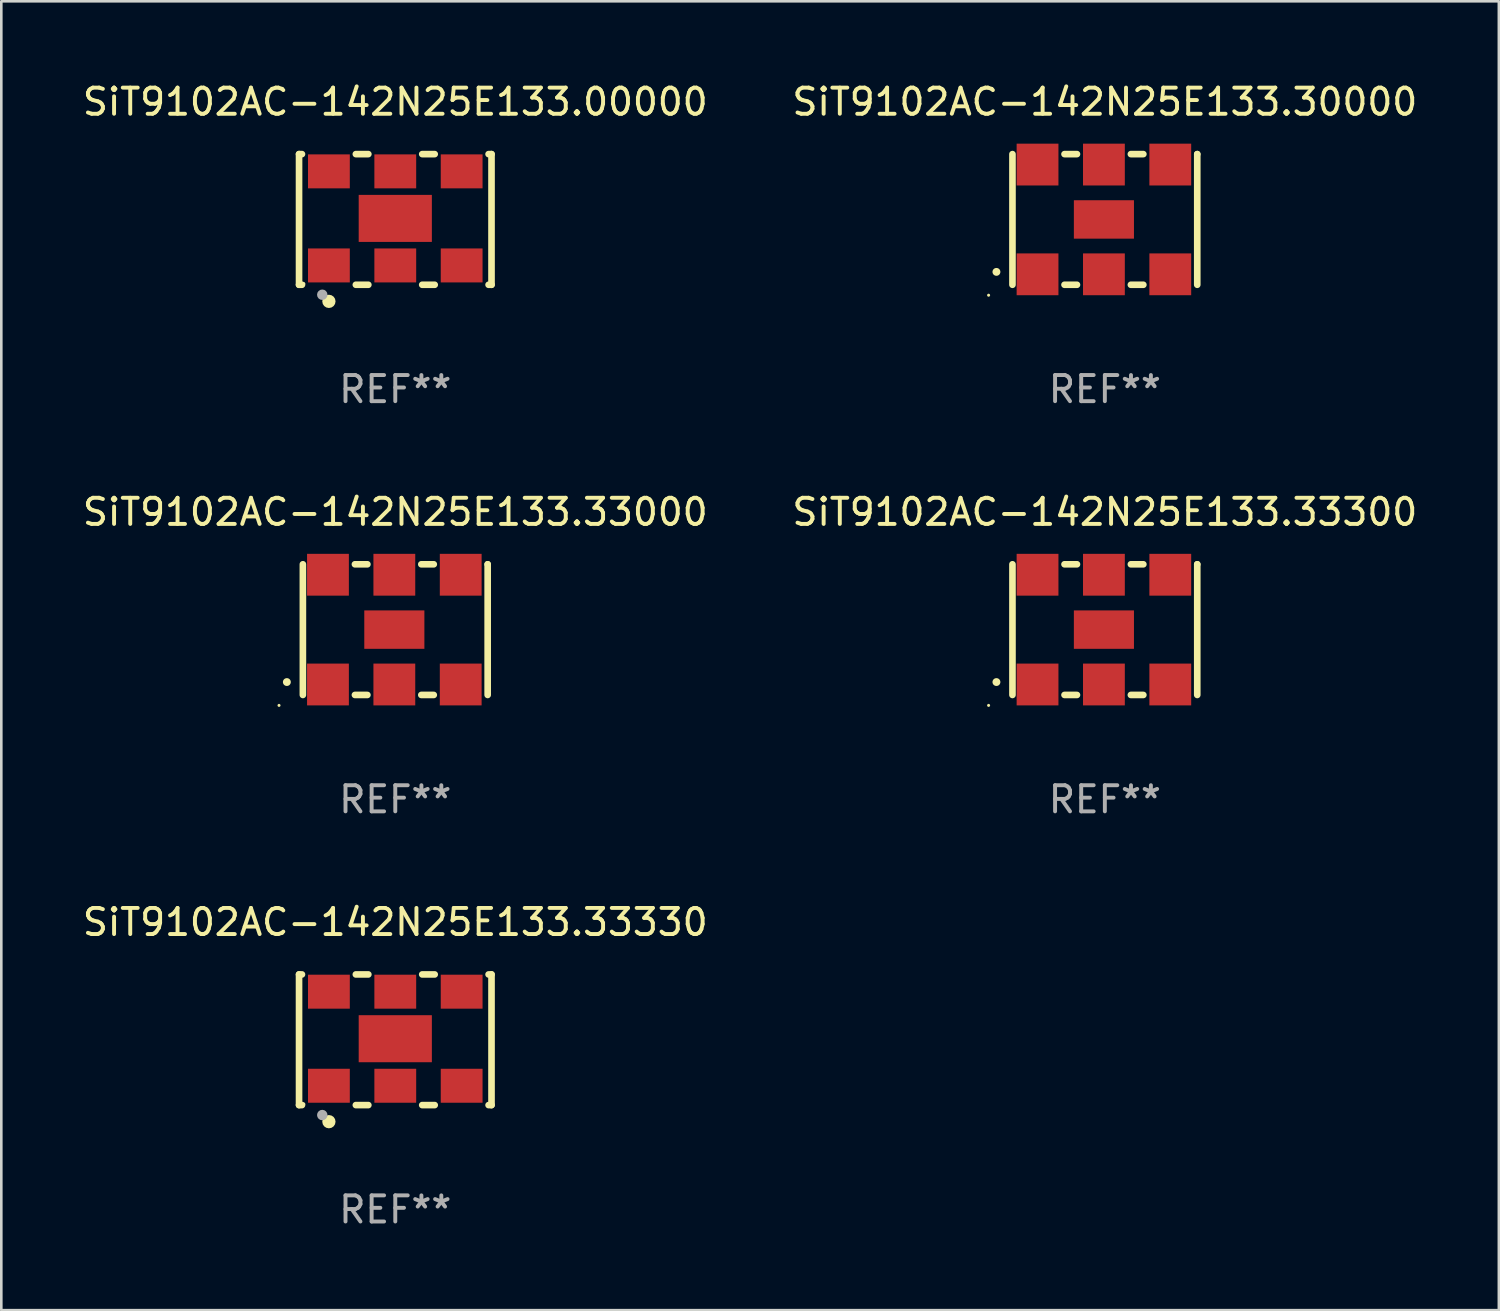
<source format=kicad_pcb>
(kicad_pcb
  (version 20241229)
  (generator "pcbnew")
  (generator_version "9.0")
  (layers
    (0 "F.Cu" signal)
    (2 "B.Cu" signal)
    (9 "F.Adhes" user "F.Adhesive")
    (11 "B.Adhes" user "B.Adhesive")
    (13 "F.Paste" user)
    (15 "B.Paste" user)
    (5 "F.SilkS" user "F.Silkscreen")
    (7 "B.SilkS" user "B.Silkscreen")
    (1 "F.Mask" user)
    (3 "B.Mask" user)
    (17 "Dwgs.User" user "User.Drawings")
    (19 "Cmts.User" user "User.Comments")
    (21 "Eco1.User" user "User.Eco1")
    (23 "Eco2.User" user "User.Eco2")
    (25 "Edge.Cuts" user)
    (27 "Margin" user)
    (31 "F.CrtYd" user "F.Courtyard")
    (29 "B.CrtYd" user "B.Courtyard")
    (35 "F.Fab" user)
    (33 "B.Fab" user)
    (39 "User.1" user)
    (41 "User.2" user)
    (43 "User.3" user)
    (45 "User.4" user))
  (footprint "SiT9102AC-142N25E133.33000"
    (layer "F.Cu")
    (at 12.077 21.045)
    (property "Reference" "SiT9102AC-142N25E133.33000" (at 0 -4.5 0) (layer "F.SilkS") (effects (font (size 1 1) (thickness 0.15))))
    (attr through_hole)
    (fp_line (start -3.536 -2.5) (end -3.536 2.5) (stroke (width 0.254) (type solid)) (layer "F.SilkS"))
    (fp_line (start -1.544 2.5) (end -1.067 2.5) (stroke (width 0.254) (type solid)) (layer "F.SilkS"))
    (fp_line (start -1.067 -2.5) (end -1.544 -2.5) (stroke (width 0.254) (type solid)) (layer "F.SilkS"))
    (fp_line (start 0.996 2.5) (end 1.473 2.5) (stroke (width 0.254) (type solid)) (layer "F.SilkS"))
    (fp_line (start 1.473 -2.5) (end 0.996 -2.5) (stroke (width 0.254) (type solid)) (layer "F.SilkS"))
    (fp_line (start 3.536 -2.5) (end 3.536 -2.5) (stroke (width 0.254) (type solid)) (layer "F.SilkS"))
    (fp_line (start 3.536 2.5) (end 3.536 -2.5) (stroke (width 0.254) (type solid)) (layer "F.SilkS"))
    (fp_arc (start -4.150432 2.006604) (mid -4.149162 2.006599) (end -4.147892 2.006604) (stroke (width 0.3) (type solid)) (layer "F.SilkS"))
    (fp_circle (center -4.449 2.9) (end -4.419 2.9) (stroke (width 0.06) (type solid)) (fill no) (layer "F.SilkS"))
    (fp_text user "REF**" (at 0 6.5 0) (layer "F.Fab") (effects (font (size 1 1) (thickness 0.15))))
    (pad "1" smd rect (at -2.576 2.1) (size 1.6 1.6) (layers "F.Cu" "F.Mask" "F.Paste"))
    (pad "2" smd rect (at -0.036 2.1) (size 1.6 1.6) (layers "F.Cu" "F.Mask" "F.Paste"))
    (pad "3" smd rect (at 2.504 2.1) (size 1.6 1.6) (layers "F.Cu" "F.Mask" "F.Paste"))
    (pad "4" smd rect (at 2.504 -2.1) (size 1.6 1.6) (layers "F.Cu" "F.Mask" "F.Paste"))
    (pad "5" smd rect (at -0.036 -2.1) (size 1.6 1.6) (layers "F.Cu" "F.Mask" "F.Paste"))
    (pad "6" smd rect (at -2.576 -2.1) (size 1.6 1.6) (layers "F.Cu" "F.Mask" "F.Paste"))
    (pad "7" smd rect (at -0.036 0) (size 2.3 1.47) (layers "F.Cu" "F.Mask" "F.Paste")))
  (footprint "SiT9102AC-142N25E133.30000"
    (layer "F.Cu")
    (at 39.232 5.348)
    (property "Reference" "SiT9102AC-142N25E133.30000" (at 0 -4.5 0) (layer "F.SilkS") (effects (font (size 1 1) (thickness 0.15))))
    (attr through_hole)
    (fp_line (start -3.536 -2.5) (end -3.536 2.5) (stroke (width 0.254) (type solid)) (layer "F.SilkS"))
    (fp_line (start -1.544 2.5) (end -1.067 2.5) (stroke (width 0.254) (type solid)) (layer "F.SilkS"))
    (fp_line (start -1.067 -2.5) (end -1.544 -2.5) (stroke (width 0.254) (type solid)) (layer "F.SilkS"))
    (fp_line (start 0.996 2.5) (end 1.473 2.5) (stroke (width 0.254) (type solid)) (layer "F.SilkS"))
    (fp_line (start 1.473 -2.5) (end 0.996 -2.5) (stroke (width 0.254) (type solid)) (layer "F.SilkS"))
    (fp_line (start 3.536 -2.5) (end 3.536 -2.5) (stroke (width 0.254) (type solid)) (layer "F.SilkS"))
    (fp_line (start 3.536 2.5) (end 3.536 -2.5) (stroke (width 0.254) (type solid)) (layer "F.SilkS"))
    (fp_arc (start -4.150432 2.006604) (mid -4.149162 2.006599) (end -4.147892 2.006604) (stroke (width 0.3) (type solid)) (layer "F.SilkS"))
    (fp_circle (center -4.449 2.9) (end -4.419 2.9) (stroke (width 0.06) (type solid)) (fill no) (layer "F.SilkS"))
    (fp_text user "REF**" (at 0 6.5 0) (layer "F.Fab") (effects (font (size 1 1) (thickness 0.15))))
    (pad "1" smd rect (at -2.576 2.1) (size 1.6 1.6) (layers "F.Cu" "F.Mask" "F.Paste"))
    (pad "2" smd rect (at -0.036 2.1) (size 1.6 1.6) (layers "F.Cu" "F.Mask" "F.Paste"))
    (pad "3" smd rect (at 2.504 2.1) (size 1.6 1.6) (layers "F.Cu" "F.Mask" "F.Paste"))
    (pad "4" smd rect (at 2.504 -2.1) (size 1.6 1.6) (layers "F.Cu" "F.Mask" "F.Paste"))
    (pad "5" smd rect (at -0.036 -2.1) (size 1.6 1.6) (layers "F.Cu" "F.Mask" "F.Paste"))
    (pad "6" smd rect (at -2.576 -2.1) (size 1.6 1.6) (layers "F.Cu" "F.Mask" "F.Paste"))
    (pad "7" smd rect (at -0.036 0) (size 2.3 1.47) (layers "F.Cu" "F.Mask" "F.Paste")))
  (footprint "SiT9102AC-142N25E133.33300"
    (layer "F.Cu")
    (at 39.232 21.045)
    (property "Reference" "SiT9102AC-142N25E133.33300" (at 0 -4.5 0) (layer "F.SilkS") (effects (font (size 1 1) (thickness 0.15))))
    (attr through_hole)
    (fp_line (start -3.536 -2.5) (end -3.536 2.5) (stroke (width 0.254) (type solid)) (layer "F.SilkS"))
    (fp_line (start -1.544 2.5) (end -1.067 2.5) (stroke (width 0.254) (type solid)) (layer "F.SilkS"))
    (fp_line (start -1.067 -2.5) (end -1.544 -2.5) (stroke (width 0.254) (type solid)) (layer "F.SilkS"))
    (fp_line (start 0.996 2.5) (end 1.473 2.5) (stroke (width 0.254) (type solid)) (layer "F.SilkS"))
    (fp_line (start 1.473 -2.5) (end 0.996 -2.5) (stroke (width 0.254) (type solid)) (layer "F.SilkS"))
    (fp_line (start 3.536 -2.5) (end 3.536 -2.5) (stroke (width 0.254) (type solid)) (layer "F.SilkS"))
    (fp_line (start 3.536 2.5) (end 3.536 -2.5) (stroke (width 0.254) (type solid)) (layer "F.SilkS"))
    (fp_arc (start -4.150432 2.006604) (mid -4.149162 2.006599) (end -4.147892 2.006604) (stroke (width 0.3) (type solid)) (layer "F.SilkS"))
    (fp_circle (center -4.449 2.9) (end -4.419 2.9) (stroke (width 0.06) (type solid)) (fill no) (layer "F.SilkS"))
    (fp_text user "REF**" (at 0 6.5 0) (layer "F.Fab") (effects (font (size 1 1) (thickness 0.15))))
    (pad "1" smd rect (at -2.576 2.1) (size 1.6 1.6) (layers "F.Cu" "F.Mask" "F.Paste"))
    (pad "2" smd rect (at -0.036 2.1) (size 1.6 1.6) (layers "F.Cu" "F.Mask" "F.Paste"))
    (pad "3" smd rect (at 2.504 2.1) (size 1.6 1.6) (layers "F.Cu" "F.Mask" "F.Paste"))
    (pad "4" smd rect (at 2.504 -2.1) (size 1.6 1.6) (layers "F.Cu" "F.Mask" "F.Paste"))
    (pad "5" smd rect (at -0.036 -2.1) (size 1.6 1.6) (layers "F.Cu" "F.Mask" "F.Paste"))
    (pad "6" smd rect (at -2.576 -2.1) (size 1.6 1.6) (layers "F.Cu" "F.Mask" "F.Paste"))
    (pad "7" smd rect (at -0.036 0) (size 2.3 1.47) (layers "F.Cu" "F.Mask" "F.Paste")))
  (footprint "SiT9102AC-142N25E133.33330"
    (layer "F.Cu")
    (at 12.077 36.741)
    (property "Reference" "SiT9102AC-142N25E133.33330" (at 0 -4.5 0) (layer "F.SilkS") (effects (font (size 1 1) (thickness 0.15))))
    (attr through_hole)
    (fp_line (start -3.683 -2.5) (end -3.571 -2.5) (stroke (width 0.254) (type solid)) (layer "F.SilkS"))
    (fp_line (start -3.683 2.5) (end -3.683 -2.5) (stroke (width 0.254) (type solid)) (layer "F.SilkS"))
    (fp_line (start -3.683 2.5) (end -3.571 2.5) (stroke (width 0.254) (type solid)) (layer "F.SilkS"))
    (fp_line (start -1.509 -2.5) (end -1.031 -2.5) (stroke (width 0.254) (type solid)) (layer "F.SilkS"))
    (fp_line (start -1.509 2.5) (end -1.031 2.5) (stroke (width 0.254) (type solid)) (layer "F.SilkS"))
    (fp_line (start 1.031 -2.5) (end 1.509 -2.5) (stroke (width 0.254) (type solid)) (layer "F.SilkS"))
    (fp_line (start 1.031 2.5) (end 1.509 2.5) (stroke (width 0.254) (type solid)) (layer "F.SilkS"))
    (fp_line (start 3.571 -2.5) (end 3.683 -2.5) (stroke (width 0.254) (type solid)) (layer "F.SilkS"))
    (fp_line (start 3.571 2.5) (end 3.683 2.5) (stroke (width 0.254) (type solid)) (layer "F.SilkS"))
    (fp_line (start 3.683 2.5) (end 3.683 -2.5) (stroke (width 0.254) (type solid)) (layer "F.SilkS"))
    (fp_circle (center -3.5 2.46) (end -3.47 2.46) (stroke (width 0.06) (type solid)) (fill no) (layer "F.SilkS"))
    (fp_circle (center -2.54 3.135) (end -2.413 3.135) (stroke (width 0.254) (type solid)) (fill no) (layer "F.SilkS"))
    (fp_circle (center -2.794 2.881) (end -2.694 2.881) (stroke (width 0.2) (type solid)) (fill no) (layer "F.Fab"))
    (fp_text user "REF**" (at 0 6.5 0) (layer "F.Fab") (effects (font (size 1 1) (thickness 0.15))))
    (pad "1" smd rect (at -2.54 1.76) (size 1.6 1.3) (layers "F.Cu" "F.Mask" "F.Paste"))
    (pad "2" smd rect (at 0 1.76) (size 1.6 1.3) (layers "F.Cu" "F.Mask" "F.Paste"))
    (pad "3" smd rect (at 2.54 1.76) (size 1.6 1.3) (layers "F.Cu" "F.Mask" "F.Paste"))
    (pad "4" smd rect (at 2.54 -1.84) (size 1.6 1.3) (layers "F.Cu" "F.Mask" "F.Paste"))
    (pad "5" smd rect (at 0 -1.84) (size 1.6 1.3) (layers "F.Cu" "F.Mask" "F.Paste"))
    (pad "6" smd rect (at -2.54 -1.84) (size 1.6 1.3) (layers "F.Cu" "F.Mask" "F.Paste"))
    (pad "7" smd rect (at 0 -0.04) (size 2.8 1.8) (layers "F.Cu" "F.Mask" "F.Paste")))
  (footprint "SiT9102AC-142N25E133.00000"
    (layer "F.Cu")
    (at 12.077 5.348)
    (property "Reference" "SiT9102AC-142N25E133.00000" (at 0 -4.5 0) (layer "F.SilkS") (effects (font (size 1 1) (thickness 0.15))))
    (attr through_hole)
    (fp_line (start -3.683 -2.5) (end -3.571 -2.5) (stroke (width 0.254) (type solid)) (layer "F.SilkS"))
    (fp_line (start -3.683 2.5) (end -3.683 -2.5) (stroke (width 0.254) (type solid)) (layer "F.SilkS"))
    (fp_line (start -3.683 2.5) (end -3.571 2.5) (stroke (width 0.254) (type solid)) (layer "F.SilkS"))
    (fp_line (start -1.509 -2.5) (end -1.031 -2.5) (stroke (width 0.254) (type solid)) (layer "F.SilkS"))
    (fp_line (start -1.509 2.5) (end -1.031 2.5) (stroke (width 0.254) (type solid)) (layer "F.SilkS"))
    (fp_line (start 1.031 -2.5) (end 1.509 -2.5) (stroke (width 0.254) (type solid)) (layer "F.SilkS"))
    (fp_line (start 1.031 2.5) (end 1.509 2.5) (stroke (width 0.254) (type solid)) (layer "F.SilkS"))
    (fp_line (start 3.571 -2.5) (end 3.683 -2.5) (stroke (width 0.254) (type solid)) (layer "F.SilkS"))
    (fp_line (start 3.571 2.5) (end 3.683 2.5) (stroke (width 0.254) (type solid)) (layer "F.SilkS"))
    (fp_line (start 3.683 2.5) (end 3.683 -2.5) (stroke (width 0.254) (type solid)) (layer "F.SilkS"))
    (fp_circle (center -3.5 2.46) (end -3.47 2.46) (stroke (width 0.06) (type solid)) (fill no) (layer "F.SilkS"))
    (fp_circle (center -2.54 3.135) (end -2.413 3.135) (stroke (width 0.254) (type solid)) (fill no) (layer "F.SilkS"))
    (fp_circle (center -2.794 2.881) (end -2.694 2.881) (stroke (width 0.2) (type solid)) (fill no) (layer "F.Fab"))
    (fp_text user "REF**" (at 0 6.5 0) (layer "F.Fab") (effects (font (size 1 1) (thickness 0.15))))
    (pad "1" smd rect (at -2.54 1.76) (size 1.6 1.3) (layers "F.Cu" "F.Mask" "F.Paste"))
    (pad "2" smd rect (at 0 1.76) (size 1.6 1.3) (layers "F.Cu" "F.Mask" "F.Paste"))
    (pad "3" smd rect (at 2.54 1.76) (size 1.6 1.3) (layers "F.Cu" "F.Mask" "F.Paste"))
    (pad "4" smd rect (at 2.54 -1.84) (size 1.6 1.3) (layers "F.Cu" "F.Mask" "F.Paste"))
    (pad "5" smd rect (at 0 -1.84) (size 1.6 1.3) (layers "F.Cu" "F.Mask" "F.Paste"))
    (pad "6" smd rect (at -2.54 -1.84) (size 1.6 1.3) (layers "F.Cu" "F.Mask" "F.Paste"))
    (pad "7" smd rect (at 0 -0.04) (size 2.8 1.8) (layers "F.Cu" "F.Mask" "F.Paste")))
  (gr_rect
    (start -3 -3)
    (end 54.31 47.09)
    (stroke (width 0.1) (type default))
    (fill no)
    (layer "Edge.Cuts")))
</source>
